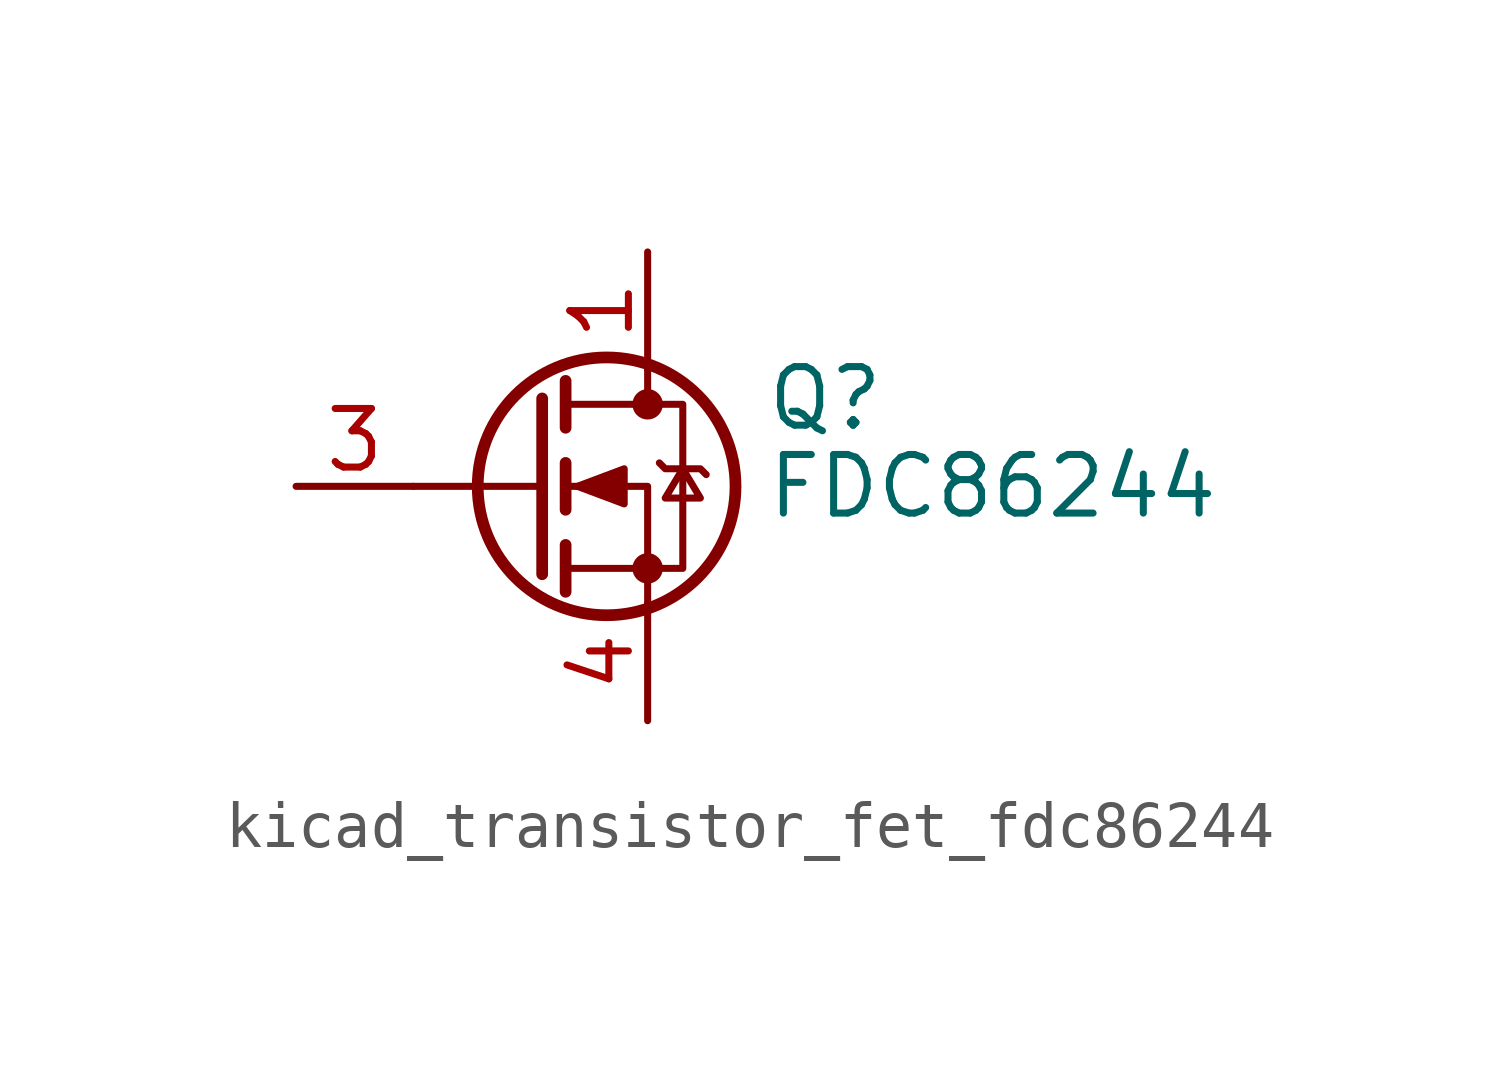
<source format=kicad_sym>
(kicad_symbol_lib
  (version 20220914)
  (generator kicad_symbol_editor)
  (symbol "kicad_transistor_fet_fdc86244"
    (pin_names hide)
    (property "Reference" "Q"
      (at 5.08 1.905 0)
      (effects (font (size 1.27 1.27)) (justify left)))
    (property "Value" "FDC86244"
      (at 5.08 0 0)
      (effects (font (size 1.27 1.27)) (justify left)))
    (symbol "kicad_transistor_fet_fdc86244_0_1"
      (polyline (pts (xy 0.254 0) (xy -2.54 0)) (stroke (width 0) (type default)) (fill (type none)))
      (polyline (pts (xy 0.254 1.905) (xy 0.254 -1.905)) (stroke (width 0.254) (type default)) (fill (type none)))
      (polyline (pts (xy 0.762 -1.27) (xy 0.762 -2.286)) (stroke (width 0.254) (type default)) (fill (type none)))
      (polyline (pts (xy 0.762 0.508) (xy 0.762 -0.508)) (stroke (width 0.254) (type default)) (fill (type none)))
      (polyline (pts (xy 0.762 2.286) (xy 0.762 1.27)) (stroke (width 0.254) (type default)) (fill (type none)))
      (polyline (pts (xy 2.54 2.54) (xy 2.54 1.778)) (stroke (width 0) (type default)) (fill (type none)))
      (polyline (pts (xy 2.54 -2.54) (xy 2.54 0) (xy 0.762 0)) (stroke (width 0) (type default)) (fill (type none)))
      (polyline (pts (xy 0.762 -1.778) (xy 3.302 -1.778) (xy 3.302 1.778) (xy 0.762 1.778)) (stroke (width 0) (type default)) (fill (type none)))
      (polyline (pts (xy 1.016 0) (xy 2.032 0.381) (xy 2.032 -0.381) (xy 1.016 0)) (stroke (width 0) (type default)) (fill (type outline)))
      (polyline (pts (xy 2.794 0.508) (xy 2.921 0.381) (xy 3.683 0.381) (xy 3.81 0.254)) (stroke (width 0) (type default)) (fill (type none)))
      (polyline (pts (xy 3.302 0.381) (xy 2.921 -0.254) (xy 3.683 -0.254) (xy 3.302 0.381)) (stroke (width 0) (type default)) (fill (type none)))
      (circle (center 1.651 0) (radius 2.794) (stroke (width 0.254) (type default)) (fill (type none)))
      (circle (center 2.54 -1.778) (radius 0.254) (stroke (width 0) (type default)) (fill (type outline)))
      (circle (center 2.54 1.778) (radius 0.254) (stroke (width 0) (type default)) (fill (type outline))))
    (symbol "kicad_transistor_fet_fdc86244_1_1"
      (pin passive line (at 2.54 5.08 270) (length 2.54) (name "D" (effects (font (size 1.27 1.27)))) (number "1" (effects (font (size 1.27 1.27)))))
      (pin passive line (at 2.54 5.08 270) (length 2.54) hide (name "D" (effects (font (size 1.27 1.27)))) (number "2" (effects (font (size 1.27 1.27)))))
      (pin passive line (at -5.08 0 0) (length 2.54) (name "G" (effects (font (size 1.27 1.27)))) (number "3" (effects (font (size 1.27 1.27)))))
      (pin passive line (at 2.54 -5.08 90) (length 2.54) (name "S" (effects (font (size 1.27 1.27)))) (number "4" (effects (font (size 1.27 1.27)))))
      (pin passive line (at 2.54 5.08 270) (length 2.54) hide (name "D" (effects (font (size 1.27 1.27)))) (number "5" (effects (font (size 1.27 1.27)))))
      (pin passive line (at 2.54 5.08 270) (length 2.54) hide (name "D" (effects (font (size 1.27 1.27)))) (number "6" (effects (font (size 1.27 1.27))))))))
</source>
